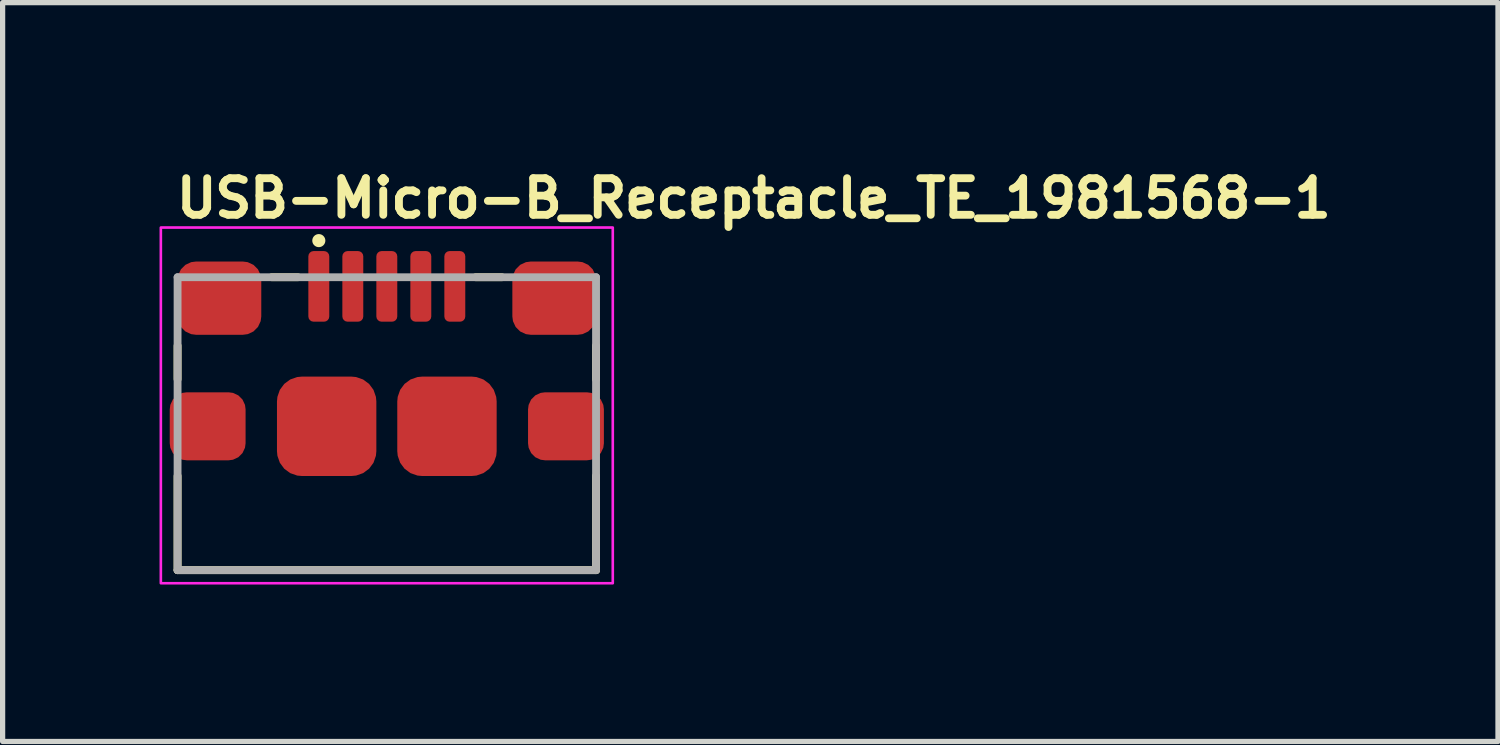
<source format=kicad_pcb>
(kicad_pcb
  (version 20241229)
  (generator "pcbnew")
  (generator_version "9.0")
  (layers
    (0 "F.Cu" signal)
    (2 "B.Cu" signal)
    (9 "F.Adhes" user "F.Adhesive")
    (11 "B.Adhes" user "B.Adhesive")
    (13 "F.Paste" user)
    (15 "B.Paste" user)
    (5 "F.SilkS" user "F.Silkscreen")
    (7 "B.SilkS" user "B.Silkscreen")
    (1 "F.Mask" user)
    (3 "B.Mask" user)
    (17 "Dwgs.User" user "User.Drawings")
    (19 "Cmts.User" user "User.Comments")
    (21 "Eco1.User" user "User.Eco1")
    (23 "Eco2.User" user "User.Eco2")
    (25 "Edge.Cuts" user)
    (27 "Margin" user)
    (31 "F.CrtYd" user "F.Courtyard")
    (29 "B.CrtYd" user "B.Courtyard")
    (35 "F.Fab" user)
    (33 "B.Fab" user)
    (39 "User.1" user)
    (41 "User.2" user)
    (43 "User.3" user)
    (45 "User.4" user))
  (footprint "USB-Micro-B_Receptacle_TE_1981568-1"
    (layer "F.Cu")
    (at 4.345 5.05)
    (property "Reference" "USB-Micro-B_Receptacle_TE_1981568-1" (at -4.1 -3.9 0) (layer "F.SilkS") (effects (font (size 0.7 0.7) (thickness 0.15)) (justify left bottom)))
    (attr smd)
    (fp_line (start -4 -1.49) (end -4 -0.85) (stroke (width 0.15) (type solid)) (layer "F.SilkS"))
    (fp_line (start -4 2.8) (end -4 1) (stroke (width 0.15) (type solid)) (layer "F.SilkS"))
    (fp_line (start -4 2.8) (end 4 2.8) (stroke (width 0.15) (type solid)) (layer "F.SilkS"))
    (fp_line (start -2.2 -2.8) (end -1.7 -2.8) (stroke (width 0.15) (type solid)) (layer "F.SilkS"))
    (fp_line (start 1.7 -2.8) (end 2.2 -2.8) (stroke (width 0.15) (type solid)) (layer "F.SilkS"))
    (fp_line (start 4 -1.49) (end 4 -0.85) (stroke (width 0.15) (type solid)) (layer "F.SilkS"))
    (fp_line (start 4 2.8) (end 4 1) (stroke (width 0.15) (type solid)) (layer "F.SilkS"))
    (fp_circle (center -1.3 -3.5) (end -1.25 -3.5) (stroke (width 0.15) (type solid)) (fill yes) (layer "F.SilkS"))
    (fp_rect (start -4.32 -3.75) (end 4.32 3.05) (stroke (width 0.05) (type solid)) (fill no) (layer "F.CrtYd"))
    (fp_line (start -4 -2.8) (end 4 -2.8) (stroke (width 0.15) (type solid)) (layer "F.Fab"))
    (fp_line (start -4 2.8) (end -4 -2.8) (stroke (width 0.15) (type solid)) (layer "F.Fab"))
    (fp_line (start 4 -2.8) (end 4 2.8) (stroke (width 0.15) (type solid)) (layer "F.Fab"))
    (fp_line (start 4 2.8) (end -4 2.8) (stroke (width 0.15) (type solid)) (layer "F.Fab"))
    (fp_rect (start -4 -2.8) (end 4 2.8) (stroke (width 0.1) (type solid)) (fill no) (layer "User.5"))
    (fp_line (start -4 2.561) (end -3.999 2.56) (stroke (width 0.02) (type solid)) (layer "User.9"))
    (fp_line (start -4 2.561) (end -3.807 2.79) (stroke (width 0.02) (type solid)) (layer "User.9"))
    (fp_line (start -3.999 2.56) (end -3.997 2.558) (stroke (width 0.02) (type solid)) (layer "User.9"))
    (fp_line (start -3.997 2.558) (end -3.994 2.555) (stroke (width 0.02) (type solid)) (layer "User.9"))
    (fp_line (start -3.994 2.555) (end -3.989 2.551) (stroke (width 0.02) (type solid)) (layer "User.9"))
    (fp_line (start -3.989 2.551) (end -3.982 2.546) (stroke (width 0.02) (type solid)) (layer "User.9"))
    (fp_line (start -3.982 2.546) (end -3.975 2.539) (stroke (width 0.02) (type solid)) (layer "User.9"))
    (fp_line (start -3.975 2.539) (end -3.966 2.532) (stroke (width 0.02) (type solid)) (layer "User.9"))
    (fp_line (start -3.966 2.532) (end -3.957 2.524) (stroke (width 0.02) (type solid)) (layer "User.9"))
    (fp_line (start -3.957 2.524) (end -3.946 2.515) (stroke (width 0.02) (type solid)) (layer "User.9"))
    (fp_line (start -3.946 2.515) (end -3.935 2.506) (stroke (width 0.02) (type solid)) (layer "User.9"))
    (fp_line (start -3.935 2.506) (end -3.923 2.496) (stroke (width 0.02) (type solid)) (layer "User.9"))
    (fp_line (start -3.923 2.496) (end -3.911 2.485) (stroke (width 0.02) (type solid)) (layer "User.9"))
    (fp_line (start -3.911 2.485) (end -3.898 2.475) (stroke (width 0.02) (type solid)) (layer "User.9"))
    (fp_line (start -3.9 -0.25) (end -3.9 0.35) (stroke (width 0.02) (type solid)) (layer "User.9"))
    (fp_line (start -3.9 0.35) (end -3.896 0.383) (stroke (width 0.02) (type solid)) (layer "User.9"))
    (fp_line (start -3.898 2.475) (end -3.885 2.464) (stroke (width 0.02) (type solid)) (layer "User.9"))
    (fp_line (start -3.896 -0.283) (end -3.9 -0.25) (stroke (width 0.02) (type solid)) (layer "User.9"))
    (fp_line (start -3.896 0.383) (end -3.885 0.415) (stroke (width 0.02) (type solid)) (layer "User.9"))
    (fp_line (start -3.885 -0.315) (end -3.896 -0.283) (stroke (width 0.02) (type solid)) (layer "User.9"))
    (fp_line (start -3.885 0.415) (end -3.867 0.444) (stroke (width 0.02) (type solid)) (layer "User.9"))
    (fp_line (start -3.885 2.464) (end -3.692 2.693) (stroke (width 0.02) (type solid)) (layer "User.9"))
    (fp_line (start -3.867 -0.344) (end -3.885 -0.315) (stroke (width 0.02) (type solid)) (layer "User.9"))
    (fp_line (start -3.867 0.444) (end -3.844 0.467) (stroke (width 0.02) (type solid)) (layer "User.9"))
    (fp_line (start -3.844 -0.367) (end -3.867 -0.344) (stroke (width 0.02) (type solid)) (layer "User.9"))
    (fp_line (start -3.844 0.467) (end -3.815 0.485) (stroke (width 0.02) (type solid)) (layer "User.9"))
    (fp_line (start -3.815 -0.385) (end -3.844 -0.367) (stroke (width 0.02) (type solid)) (layer "User.9"))
    (fp_line (start -3.815 0.485) (end -3.783 0.496) (stroke (width 0.02) (type solid)) (layer "User.9"))
    (fp_line (start -3.807 2.79) (end -4 2.561) (stroke (width 0.02) (type solid)) (layer "User.9"))
    (fp_line (start -3.806 2.789) (end -3.807 2.79) (stroke (width 0.02) (type solid)) (layer "User.9"))
    (fp_line (start -3.804 2.788) (end -3.806 2.789) (stroke (width 0.02) (type solid)) (layer "User.9"))
    (fp_line (start -3.8 2.785) (end -3.804 2.788) (stroke (width 0.02) (type solid)) (layer "User.9"))
    (fp_line (start -3.795 2.78) (end -3.8 2.785) (stroke (width 0.02) (type solid)) (layer "User.9"))
    (fp_line (start -3.789 2.775) (end -3.795 2.78) (stroke (width 0.02) (type solid)) (layer "User.9"))
    (fp_line (start -3.783 -0.396) (end -3.815 -0.385) (stroke (width 0.02) (type solid)) (layer "User.9"))
    (fp_line (start -3.783 0.496) (end -3.75 0.5) (stroke (width 0.02) (type solid)) (layer "User.9"))
    (fp_line (start -3.782 2.769) (end -3.789 2.775) (stroke (width 0.02) (type solid)) (layer "User.9"))
    (fp_line (start -3.773 2.762) (end -3.782 2.769) (stroke (width 0.02) (type solid)) (layer "User.9"))
    (fp_line (start -3.764 2.754) (end -3.773 2.762) (stroke (width 0.02) (type solid)) (layer "User.9"))
    (fp_line (start -3.753 2.745) (end -3.764 2.754) (stroke (width 0.02) (type solid)) (layer "User.9"))
    (fp_line (start -3.75 -2.8) (end -3.75 2.2) (stroke (width 0.02) (type solid)) (layer "User.9"))
    (fp_line (start -3.75 -2.8) (end -3.747 -2.8) (stroke (width 0.02) (type solid)) (layer "User.9"))
    (fp_line (start -3.75 -0.4) (end -3.783 -0.396) (stroke (width 0.02) (type solid)) (layer "User.9"))
    (fp_line (start -3.75 2.2) (end -3.75 2.35) (stroke (width 0.02) (type solid)) (layer "User.9"))
    (fp_line (start -3.75 2.2) (end -3.747 2.2) (stroke (width 0.02) (type solid)) (layer "User.9"))
    (fp_line (start -3.75 2.35) (end -3.885 2.464) (stroke (width 0.02) (type solid)) (layer "User.9"))
    (fp_line (start -3.747 -2.8) (end -3.737 -2.8) (stroke (width 0.02) (type solid)) (layer "User.9"))
    (fp_line (start -3.747 2.2) (end -3.737 2.2) (stroke (width 0.02) (type solid)) (layer "User.9"))
    (fp_line (start -3.742 2.735) (end -3.753 2.745) (stroke (width 0.02) (type solid)) (layer "User.9"))
    (fp_line (start -3.737 -2.8) (end -3.722 -2.8) (stroke (width 0.02) (type solid)) (layer "User.9"))
    (fp_line (start -3.737 2.2) (end -3.722 2.2) (stroke (width 0.02) (type solid)) (layer "User.9"))
    (fp_line (start -3.73 2.725) (end -3.742 2.735) (stroke (width 0.02) (type solid)) (layer "User.9"))
    (fp_line (start -3.722 -2.8) (end -3.7 -2.8) (stroke (width 0.02) (type solid)) (layer "User.9"))
    (fp_line (start -3.722 2.2) (end -3.7 2.2) (stroke (width 0.02) (type solid)) (layer "User.9"))
    (fp_line (start -3.718 2.715) (end -3.73 2.725) (stroke (width 0.02) (type solid)) (layer "User.9"))
    (fp_line (start -3.705 2.704) (end -3.718 2.715) (stroke (width 0.02) (type solid)) (layer "User.9"))
    (fp_line (start -3.7 -2.8) (end -3.673 -2.8) (stroke (width 0.02) (type solid)) (layer "User.9"))
    (fp_line (start -3.7 2.2) (end -3.673 2.2) (stroke (width 0.02) (type solid)) (layer "User.9"))
    (fp_line (start -3.692 2.693) (end -3.705 2.704) (stroke (width 0.02) (type solid)) (layer "User.9"))
    (fp_line (start -3.692 2.693) (end -3.557 2.579) (stroke (width 0.02) (type solid)) (layer "User.9"))
    (fp_line (start -3.673 -2.8) (end -3.641 -2.8) (stroke (width 0.02) (type solid)) (layer "User.9"))
    (fp_line (start -3.673 2.2) (end -3.641 2.2) (stroke (width 0.02) (type solid)) (layer "User.9"))
    (fp_line (start -3.641 -2.8) (end -3.604 -2.8) (stroke (width 0.02) (type solid)) (layer "User.9"))
    (fp_line (start -3.641 2.2) (end -3.604 2.2) (stroke (width 0.02) (type solid)) (layer "User.9"))
    (fp_line (start -3.604 -2.8) (end -3.562 -2.8) (stroke (width 0.02) (type solid)) (layer "User.9"))
    (fp_line (start -3.604 2.2) (end -3.562 2.2) (stroke (width 0.02) (type solid)) (layer "User.9"))
    (fp_line (start -3.562 -2.8) (end -3.516 -2.8) (stroke (width 0.02) (type solid)) (layer "User.9"))
    (fp_line (start -3.562 2.2) (end -3.516 2.2) (stroke (width 0.02) (type solid)) (layer "User.9"))
    (fp_line (start -3.557 2.579) (end -3.526 2.549) (stroke (width 0.02) (type solid)) (layer "User.9"))
    (fp_line (start -3.526 2.549) (end -3.499 2.515) (stroke (width 0.02) (type solid)) (layer "User.9"))
    (fp_line (start -3.516 -2.8) (end -3.467 -2.8) (stroke (width 0.02) (type solid)) (layer "User.9"))
    (fp_line (start -3.516 2.2) (end -3.467 2.2) (stroke (width 0.02) (type solid)) (layer "User.9"))
    (fp_line (start -3.499 2.515) (end -3.478 2.477) (stroke (width 0.02) (type solid)) (layer "User.9"))
    (fp_line (start -3.478 2.477) (end -3.463 2.436) (stroke (width 0.02) (type solid)) (layer "User.9"))
    (fp_line (start -3.467 -2.8) (end -3.415 -2.8) (stroke (width 0.02) (type solid)) (layer "User.9"))
    (fp_line (start -3.467 2.2) (end -3.415 2.2) (stroke (width 0.02) (type solid)) (layer "User.9"))
    (fp_line (start -3.463 2.436) (end -3.453 2.393) (stroke (width 0.02) (type solid)) (layer "User.9"))
    (fp_line (start -3.453 2.393) (end -3.45 2.35) (stroke (width 0.02) (type solid)) (layer "User.9"))
    (fp_line (start -3.45 2.35) (end -3.45 2.2) (stroke (width 0.02) (type solid)) (layer "User.9"))
    (fp_line (start -3.415 -2.8) (end -3.361 -2.8) (stroke (width 0.02) (type solid)) (layer "User.9"))
    (fp_line (start -3.415 2.2) (end -3.361 2.2) (stroke (width 0.02) (type solid)) (layer "User.9"))
    (fp_line (start -3.361 -2.8) (end -3.306 -2.8) (stroke (width 0.02) (type solid)) (layer "User.9"))
    (fp_line (start -3.361 2.2) (end -3.306 2.2) (stroke (width 0.02) (type solid)) (layer "User.9"))
    (fp_line (start -3.306 -2.8) (end -3.25 -2.8) (stroke (width 0.02) (type solid)) (layer "User.9"))
    (fp_line (start -3.306 2.2) (end -3.25 2.2) (stroke (width 0.02) (type solid)) (layer "User.9"))
    (fp_line (start -3.25 -2.8) (end -3.25 2.2) (stroke (width 0.02) (type solid)) (layer "User.9"))
    (fp_line (start -3.25 -2.8) (end -2.758 -2.8) (stroke (width 0.02) (type solid)) (layer "User.9"))
    (fp_line (start -3.25 2.2) (end -3.217 2.204) (stroke (width 0.02) (type solid)) (layer "User.9"))
    (fp_line (start -3.217 2.204) (end -3.185 2.215) (stroke (width 0.02) (type solid)) (layer "User.9"))
    (fp_line (start -3.185 2.215) (end -3.156 2.233) (stroke (width 0.02) (type solid)) (layer "User.9"))
    (fp_line (start -3.156 2.233) (end -3.133 2.256) (stroke (width 0.02) (type solid)) (layer "User.9"))
    (fp_line (start -3.15 -1.9) (end -3.15 -1.8) (stroke (width 0.02) (type solid)) (layer "User.9"))
    (fp_line (start -3.15 -1.8) (end -3.147 -1.774) (stroke (width 0.02) (type solid)) (layer "User.9"))
    (fp_line (start -3.147 -1.926) (end -3.15 -1.9) (stroke (width 0.02) (type solid)) (layer "User.9"))
    (fp_line (start -3.147 -1.774) (end -3.137 -1.75) (stroke (width 0.02) (type solid)) (layer "User.9"))
    (fp_line (start -3.137 -1.95) (end -3.147 -1.926) (stroke (width 0.02) (type solid)) (layer "User.9"))
    (fp_line (start -3.137 -1.75) (end -3.121 -1.729) (stroke (width 0.02) (type solid)) (layer "User.9"))
    (fp_line (start -3.133 2.256) (end -3.115 2.285) (stroke (width 0.02) (type solid)) (layer "User.9"))
    (fp_line (start -3.121 -1.971) (end -3.137 -1.95) (stroke (width 0.02) (type solid)) (layer "User.9"))
    (fp_line (start -3.121 -1.729) (end -3.1 -1.713) (stroke (width 0.02) (type solid)) (layer "User.9"))
    (fp_line (start -3.115 2.285) (end -3.104 2.317) (stroke (width 0.02) (type solid)) (layer "User.9"))
    (fp_line (start -3.104 2.317) (end -3.1 2.35) (stroke (width 0.02) (type solid)) (layer "User.9"))
    (fp_line (start -3.1 -1.987) (end -3.121 -1.971) (stroke (width 0.02) (type solid)) (layer "User.9"))
    (fp_line (start -3.1 -1.713) (end -3.076 -1.703) (stroke (width 0.02) (type solid)) (layer "User.9"))
    (fp_line (start -3.1 2.35) (end -3.1 2.467) (stroke (width 0.02) (type solid)) (layer "User.9"))
    (fp_line (start -3.1 2.35) (end 3.1 2.35) (stroke (width 0.02) (type solid)) (layer "User.9"))
    (fp_line (start -3.1 2.467) (end -3.097 2.484) (stroke (width 0.02) (type solid)) (layer "User.9"))
    (fp_line (start -3.1 2.717) (end -3.1 2.467) (stroke (width 0.02) (type solid)) (layer "User.9"))
    (fp_line (start -3.097 2.484) (end -3.089 2.499) (stroke (width 0.02) (type solid)) (layer "User.9"))
    (fp_line (start -3.097 2.733) (end -3.1 2.717) (stroke (width 0.02) (type solid)) (layer "User.9"))
    (fp_line (start -3.089 2.499) (end -3.075 2.514) (stroke (width 0.02) (type solid)) (layer "User.9"))
    (fp_line (start -3.089 2.749) (end -3.097 2.733) (stroke (width 0.02) (type solid)) (layer "User.9"))
    (fp_line (start -3.076 -1.997) (end -3.1 -1.987) (stroke (width 0.02) (type solid)) (layer "User.9"))
    (fp_line (start -3.076 -1.703) (end -3.05 -1.7) (stroke (width 0.02) (type solid)) (layer "User.9"))
    (fp_line (start -3.075 2.514) (end -3.056 2.526) (stroke (width 0.02) (type solid)) (layer "User.9"))
    (fp_line (start -3.075 2.763) (end -3.089 2.749) (stroke (width 0.02) (type solid)) (layer "User.9"))
    (fp_line (start -3.056 2.526) (end -3.033 2.537) (stroke (width 0.02) (type solid)) (layer "User.9"))
    (fp_line (start -3.056 2.776) (end -3.075 2.763) (stroke (width 0.02) (type solid)) (layer "User.9"))
    (fp_line (start -3.05 -2) (end -3.076 -1.997) (stroke (width 0.02) (type solid)) (layer "User.9"))
    (fp_line (start -3.05 -2) (end -2.758 -2) (stroke (width 0.02) (type solid)) (layer "User.9"))
    (fp_line (start -3.05 -1.7) (end -1.325 -1.7) (stroke (width 0.02) (type solid)) (layer "User.9"))
    (fp_line (start -3.033 2.537) (end -3.007 2.544) (stroke (width 0.02) (type solid)) (layer "User.9"))
    (fp_line (start -3.033 2.786) (end -3.056 2.776) (stroke (width 0.02) (type solid)) (layer "User.9"))
    (fp_line (start -3.007 2.544) (end -2.979 2.549) (stroke (width 0.02) (type solid)) (layer "User.9"))
    (fp_line (start -3.007 2.794) (end -3.033 2.786) (stroke (width 0.02) (type solid)) (layer "User.9"))
    (fp_line (start -2.979 2.549) (end -2.95 2.551) (stroke (width 0.02) (type solid)) (layer "User.9"))
    (fp_line (start -2.979 2.798) (end -3.007 2.794) (stroke (width 0.02) (type solid)) (layer "User.9"))
    (fp_line (start -2.95 2.551) (end 2.95 2.551) (stroke (width 0.02) (type solid)) (layer "User.9"))
    (fp_line (start -2.95 2.8) (end -2.979 2.798) (stroke (width 0.02) (type solid)) (layer "User.9"))
    (fp_line (start -2.95 2.8) (end -2.95 2.551) (stroke (width 0.02) (type solid)) (layer "User.9"))
    (fp_line (start -2.95 2.8) (end 2.95 2.8) (stroke (width 0.02) (type solid)) (layer "User.9"))
    (fp_line (start -2.845 1.15) (end -2.842 1.176) (stroke (width 0.02) (type solid)) (layer "User.9"))
    (fp_line (start -2.842 1.124) (end -2.845 1.15) (stroke (width 0.02) (type solid)) (layer "User.9"))
    (fp_line (start -2.842 1.176) (end -2.832 1.2) (stroke (width 0.02) (type solid)) (layer "User.9"))
    (fp_line (start -2.832 1.1) (end -2.842 1.124) (stroke (width 0.02) (type solid)) (layer "User.9"))
    (fp_line (start -2.832 1.2) (end -2.816 1.221) (stroke (width 0.02) (type solid)) (layer "User.9"))
    (fp_line (start -2.816 1.221) (end -2.795 1.237) (stroke (width 0.02) (type solid)) (layer "User.9"))
    (fp_line (start -2.797 1.235) (end -2.797 1.041) (stroke (width 0.02) (type solid)) (layer "User.9"))
    (fp_line (start -2.795 1.237) (end -2.771 1.247) (stroke (width 0.02) (type solid)) (layer "User.9"))
    (fp_line (start -2.771 1.247) (end -2.745 1.25) (stroke (width 0.02) (type solid)) (layer "User.9"))
    (fp_line (start -2.758 -2.8) (end -2.758 -2) (stroke (width 0.02) (type solid)) (layer "User.9"))
    (fp_line (start -2.758 -2.8) (end -2.746 -2.8) (stroke (width 0.02) (type solid)) (layer "User.9"))
    (fp_line (start -2.758 -2) (end -2.746 -2) (stroke (width 0.02) (type solid)) (layer "User.9"))
    (fp_line (start -2.746 -2.8) (end -2.733 -2.8) (stroke (width 0.02) (type solid)) (layer "User.9"))
    (fp_line (start -2.746 -2) (end -2.733 -2) (stroke (width 0.02) (type solid)) (layer "User.9"))
    (fp_line (start -2.745 -0.25) (end -2.745 0.95) (stroke (width 0.02) (type solid)) (layer "User.9"))
    (fp_line (start -2.745 0.5) (end -2.3 0.5) (stroke (width 0.02) (type solid)) (layer "User.9"))
    (fp_line (start -2.745 0.95) (end -2.832 1.1) (stroke (width 0.02) (type solid)) (layer "User.9"))
    (fp_line (start -2.745 1.55) (end -2.745 1.25) (stroke (width 0.02) (type solid)) (layer "User.9"))
    (fp_line (start -2.745 1.66) (end -2.745 1.55) (stroke (width 0.02) (type solid)) (layer "User.9"))
    (fp_line (start -2.741 0.8) (end -2.745 0.8) (stroke (width 0.02) (type solid)) (layer "User.9"))
    (fp_line (start -2.737 0.8) (end -2.741 0.8) (stroke (width 0.02) (type solid)) (layer "User.9"))
    (fp_line (start -2.734 0.8) (end -2.737 0.8) (stroke (width 0.02) (type solid)) (layer "User.9"))
    (fp_line (start -2.733 -2.8) (end -2.721 -2.8) (stroke (width 0.02) (type solid)) (layer "User.9"))
    (fp_line (start -2.733 -2) (end -2.721 -2) (stroke (width 0.02) (type solid)) (layer "User.9"))
    (fp_line (start -2.73 0.8) (end -2.734 0.8) (stroke (width 0.02) (type solid)) (layer "User.9"))
    (fp_line (start -2.726 0.8) (end -2.73 0.8) (stroke (width 0.02) (type solid)) (layer "User.9"))
    (fp_line (start -2.722 0.8) (end -2.726 0.8) (stroke (width 0.02) (type solid)) (layer "User.9"))
    (fp_line (start -2.721 -2.8) (end -2.709 -2.8) (stroke (width 0.02) (type solid)) (layer "User.9"))
    (fp_line (start -2.721 -2) (end -2.709 -2) (stroke (width 0.02) (type solid)) (layer "User.9"))
    (fp_line (start -2.718 0.8) (end -2.722 0.8) (stroke (width 0.02) (type solid)) (layer "User.9"))
    (fp_line (start -2.714 0.8) (end -2.718 0.8) (stroke (width 0.02) (type solid)) (layer "User.9"))
    (fp_line (start -2.71 0.8) (end -2.714 0.8) (stroke (width 0.02) (type solid)) (layer "User.9"))
    (fp_line (start -2.709 -2.8) (end -2.697 -2.8) (stroke (width 0.02) (type solid)) (layer "User.9"))
    (fp_line (start -2.709 -2) (end -2.697 -2) (stroke (width 0.02) (type solid)) (layer "User.9"))
    (fp_line (start -2.706 0.8) (end -2.71 0.8) (stroke (width 0.02) (type solid)) (layer "User.9"))
    (fp_line (start -2.702 0.8) (end -2.706 0.8) (stroke (width 0.02) (type solid)) (layer "User.9"))
    (fp_line (start -2.698 0.8) (end -2.702 0.8) (stroke (width 0.02) (type solid)) (layer "User.9"))
    (fp_line (start -2.697 -2.8) (end -2.685 -2.8) (stroke (width 0.02) (type solid)) (layer "User.9"))
    (fp_line (start -2.697 -2) (end -2.685 -2) (stroke (width 0.02) (type solid)) (layer "User.9"))
    (fp_line (start -2.694 0.8) (end -2.698 0.8) (stroke (width 0.02) (type solid)) (layer "User.9"))
    (fp_line (start -2.69 0.8) (end -2.694 0.8) (stroke (width 0.02) (type solid)) (layer "User.9"))
    (fp_line (start -2.69 0.8) (end -2.69 1.25) (stroke (width 0.02) (type solid)) (layer "User.9"))
    (fp_line (start -2.685 -2.8) (end -2.674 -2.8) (stroke (width 0.02) (type solid)) (layer "User.9"))
    (fp_line (start -2.685 -2) (end -2.674 -2) (stroke (width 0.02) (type solid)) (layer "User.9"))
    (fp_line (start -2.674 -2.8) (end -2.663 -2.8) (stroke (width 0.02) (type solid)) (layer "User.9"))
    (fp_line (start -2.674 -2) (end -2.663 -2) (stroke (width 0.02) (type solid)) (layer "User.9"))
    (fp_line (start -2.663 -2.8) (end -2.652 -2.8) (stroke (width 0.02) (type solid)) (layer "User.9"))
    (fp_line (start -2.663 -2) (end -2.652 -2) (stroke (width 0.02) (type solid)) (layer "User.9"))
    (fp_line (start -2.652 -2.8) (end -2.642 -2.8) (stroke (width 0.02) (type solid)) (layer "User.9"))
    (fp_line (start -2.652 -2) (end -2.642 -2) (stroke (width 0.02) (type solid)) (layer "User.9"))
    (fp_line (start -2.642 -2.8) (end -2.632 -2.8) (stroke (width 0.02) (type solid)) (layer "User.9"))
    (fp_line (start -2.642 -2) (end -2.632 -2) (stroke (width 0.02) (type solid)) (layer "User.9"))
    (fp_line (start -2.632 -2.8) (end -2.622 -2.8) (stroke (width 0.02) (type solid)) (layer "User.9"))
    (fp_line (start -2.632 -2) (end -2.622 -2) (stroke (width 0.02) (type solid)) (layer "User.9"))
    (fp_line (start -2.622 -2.8) (end -2.613 -2.8) (stroke (width 0.02) (type solid)) (layer "User.9"))
    (fp_line (start -2.622 -2) (end -2.613 -2) (stroke (width 0.02) (type solid)) (layer "User.9"))
    (fp_line (start -2.613 -2.8) (end -2.605 -2.8) (stroke (width 0.02) (type solid)) (layer "User.9"))
    (fp_line (start -2.613 -2) (end -2.605 -2) (stroke (width 0.02) (type solid)) (layer "User.9"))
    (fp_line (start -2.605 -2.8) (end -2.605 -2) (stroke (width 0.02) (type solid)) (layer "User.9"))
    (fp_line (start -2.605 -2.8) (end -1.944 -2.8) (stroke (width 0.02) (type solid)) (layer "User.9"))
    (fp_line (start -2.605 -2) (end -2.38 -2) (stroke (width 0.02) (type solid)) (layer "User.9"))
    (fp_line (start -2.38 -2) (end -2.38 -2.05) (stroke (width 0.02) (type solid)) (layer "User.9"))
    (fp_line (start -2.3 0.5) (end -2.274 0.503) (stroke (width 0.02) (type solid)) (layer "User.9"))
    (fp_line (start -2.3 0.8) (end -2.69 0.8) (stroke (width 0.02) (type solid)) (layer "User.9"))
    (fp_line (start -2.274 0.503) (end -2.25 0.513) (stroke (width 0.02) (type solid)) (layer "User.9"))
    (fp_line (start -2.274 0.797) (end -2.3 0.8) (stroke (width 0.02) (type solid)) (layer "User.9"))
    (fp_line (start -2.25 0.513) (end -2.229 0.529) (stroke (width 0.02) (type solid)) (layer "User.9"))
    (fp_line (start -2.25 0.787) (end -2.274 0.797) (stroke (width 0.02) (type solid)) (layer "User.9"))
    (fp_line (start -2.229 0.529) (end -2.213 0.55) (stroke (width 0.02) (type solid)) (layer "User.9"))
    (fp_line (start -2.229 0.771) (end -2.25 0.787) (stroke (width 0.02) (type solid)) (layer "User.9"))
    (fp_line (start -2.213 0.55) (end -2.203 0.574) (stroke (width 0.02) (type solid)) (layer "User.9"))
    (fp_line (start -2.213 0.75) (end -2.229 0.771) (stroke (width 0.02) (type solid)) (layer "User.9"))
    (fp_line (start -2.203 0.574) (end -2.2 0.6) (stroke (width 0.02) (type solid)) (layer "User.9"))
    (fp_line (start -2.203 0.726) (end -2.213 0.75) (stroke (width 0.02) (type solid)) (layer "User.9"))
    (fp_line (start -2.2 0.6) (end -2.2 0.7) (stroke (width 0.02) (type solid)) (layer "User.9"))
    (fp_line (start -2.2 0.7) (end -2.203 0.726) (stroke (width 0.02) (type solid)) (layer "User.9"))
    (fp_line (start -2.005 -0.25) (end -2.745 -0.25) (stroke (width 0.02) (type solid)) (layer "User.9"))
    (fp_line (start -2.005 0.95) (end -2.005 -0.25) (stroke (width 0.02) (type solid)) (layer "User.9"))
    (fp_line (start -2.005 1.25) (end -2.745 1.25) (stroke (width 0.02) (type solid)) (layer "User.9"))
    (fp_line (start -2.005 1.25) (end -1.979 1.247) (stroke (width 0.02) (type solid)) (layer "User.9"))
    (fp_line (start -2.005 1.55) (end -2.745 1.55) (stroke (width 0.02) (type solid)) (layer "User.9"))
    (fp_line (start -2.005 1.55) (end -2.005 1.25) (stroke (width 0.02) (type solid)) (layer "User.9"))
    (fp_line (start -2.005 1.66) (end -2.745 1.66) (stroke (width 0.02) (type solid)) (layer "User.9"))
    (fp_line (start -2.005 1.66) (end -2.005 1.55) (stroke (width 0.02) (type solid)) (layer "User.9"))
    (fp_line (start -1.979 1.247) (end -1.955 1.237) (stroke (width 0.02) (type solid)) (layer "User.9"))
    (fp_line (start -1.955 1.237) (end -1.934 1.221) (stroke (width 0.02) (type solid)) (layer "User.9"))
    (fp_line (start -1.944 -2.8) (end -1.944 -2.05) (stroke (width 0.02) (type solid)) (layer "User.9"))
    (fp_line (start -1.934 1.221) (end -1.918 1.2) (stroke (width 0.02) (type solid)) (layer "User.9"))
    (fp_line (start -1.918 1.1) (end -2.005 0.95) (stroke (width 0.02) (type solid)) (layer "User.9"))
    (fp_line (start -1.918 1.2) (end -1.908 1.176) (stroke (width 0.02) (type solid)) (layer "User.9"))
    (fp_line (start -1.908 1.124) (end -1.918 1.1) (stroke (width 0.02) (type solid)) (layer "User.9"))
    (fp_line (start -1.908 1.176) (end -1.905 1.15) (stroke (width 0.02) (type solid)) (layer "User.9"))
    (fp_line (start -1.905 1.15) (end -1.908 1.124) (stroke (width 0.02) (type solid)) (layer "User.9"))
    (fp_line (start -1.9 -2.8) (end -1.9 -2.5) (stroke (width 0.02) (type solid)) (layer "User.9"))
    (fp_line (start -1.9 -2.8) (end -1.175 -2.8) (stroke (width 0.02) (type solid)) (layer "User.9"))
    (fp_line (start -1.9 -2.5) (end -1.175 -2.5) (stroke (width 0.02) (type solid)) (layer "User.9"))
    (fp_line (start -1.425 -2.5) (end -1.425 -2.3) (stroke (width 0.02) (type solid)) (layer "User.9"))
    (fp_line (start -1.425 -2.3) (end -1.425 -2.289) (stroke (width 0.02) (type solid)) (layer "User.9"))
    (fp_line (start -1.425 -2.3) (end -1.175 -2.3) (stroke (width 0.02) (type solid)) (layer "User.9"))
    (fp_line (start -1.425 -2.289) (end -1.425 -2.278) (stroke (width 0.02) (type solid)) (layer "User.9"))
    (fp_line (start -1.425 -2.278) (end -1.425 -2.267) (stroke (width 0.02) (type solid)) (layer "User.9"))
    (fp_line (start -1.425 -2.267) (end -1.425 -2.257) (stroke (width 0.02) (type solid)) (layer "User.9"))
    (fp_line (start -1.425 -2.257) (end -1.425 -2.247) (stroke (width 0.02) (type solid)) (layer "User.9"))
    (fp_line (start -1.425 -2.247) (end -1.425 -2.238) (stroke (width 0.02) (type solid)) (layer "User.9"))
    (fp_line (start -1.425 -2.238) (end -1.425 -2.229) (stroke (width 0.02) (type solid)) (layer "User.9"))
    (fp_line (start -1.425 -2.229) (end -1.425 -2.222) (stroke (width 0.02) (type solid)) (layer "User.9"))
    (fp_line (start -1.425 -2.222) (end -1.425 -2.215) (stroke (width 0.02) (type solid)) (layer "User.9"))
    (fp_line (start -1.425 -2.215) (end -1.425 -2.21) (stroke (width 0.02) (type solid)) (layer "User.9"))
    (fp_line (start -1.425 -2.21) (end -1.425 -2.206) (stroke (width 0.02) (type solid)) (layer "User.9"))
    (fp_line (start -1.425 -2.206) (end -1.425 -2.203) (stroke (width 0.02) (type solid)) (layer "User.9"))
    (fp_line (start -1.425 -2.203) (end -1.425 -2.201) (stroke (width 0.02) (type solid)) (layer "User.9"))
    (fp_line (start -1.425 -2.201) (end -1.425 -2.2) (stroke (width 0.02) (type solid)) (layer "User.9"))
    (fp_line (start -1.425 -2.2) (end -1.425 -2.199) (stroke (width 0.02) (type solid)) (layer "User.9"))
    (fp_line (start -1.425 -2.2) (end -1.175 -2.2) (stroke (width 0.02) (type solid)) (layer "User.9"))
    (fp_line (start -1.425 -2.2) (end -1.175 -2.2) (stroke (width 0.02) (type solid)) (layer "User.9"))
    (fp_line (start -1.425 -2.199) (end -1.425 -2.197) (stroke (width 0.02) (type solid)) (layer "User.9"))
    (fp_line (start -1.425 -2.197) (end -1.425 -2.192) (stroke (width 0.02) (type solid)) (layer "User.9"))
    (fp_line (start -1.425 -2.192) (end -1.425 -2.186) (stroke (width 0.02) (type solid)) (layer "User.9"))
    (fp_line (start -1.425 -2.186) (end -1.425 -2.179) (stroke (width 0.02) (type solid)) (layer "User.9"))
    (fp_line (start -1.425 -2.179) (end -1.425 -2.17) (stroke (width 0.02) (type solid)) (layer "User.9"))
    (fp_line (start -1.425 -2.17) (end -1.425 -2.159) (stroke (width 0.02) (type solid)) (layer "User.9"))
    (fp_line (start -1.425 -2.159) (end -1.425 -2.147) (stroke (width 0.02) (type solid)) (layer "User.9"))
    (fp_line (start -1.425 -2.147) (end -1.425 -2.134) (stroke (width 0.02) (type solid)) (layer "User.9"))
    (fp_line (start -1.425 -2.134) (end -1.425 -2.119) (stroke (width 0.02) (type solid)) (layer "User.9"))
    (fp_line (start -1.425 -2.119) (end -1.425 -2.103) (stroke (width 0.02) (type solid)) (layer "User.9"))
    (fp_line (start -1.425 -2.103) (end -1.425 -2.086) (stroke (width 0.02) (type solid)) (layer "User.9"))
    (fp_line (start -1.425 -2.086) (end -1.425 -2.069) (stroke (width 0.02) (type solid)) (layer "User.9"))
    (fp_line (start -1.425 -2.069) (end -1.425 -2.05) (stroke (width 0.02) (type solid)) (layer "User.9"))
    (fp_line (start -1.325 -1.7) (end -1.292 -1.704) (stroke (width 0.02) (type solid)) (layer "User.9"))
    (fp_line (start -1.292 -1.704) (end -1.26 -1.715) (stroke (width 0.02) (type solid)) (layer "User.9"))
    (fp_line (start -1.26 -1.715) (end -1.231 -1.733) (stroke (width 0.02) (type solid)) (layer "User.9"))
    (fp_line (start -1.231 -1.733) (end -1.208 -1.756) (stroke (width 0.02) (type solid)) (layer "User.9"))
    (fp_line (start -1.208 -1.756) (end -1.19 -1.785) (stroke (width 0.02) (type solid)) (layer "User.9"))
    (fp_line (start -1.19 -1.785) (end -1.179 -1.817) (stroke (width 0.02) (type solid)) (layer "User.9"))
    (fp_line (start -1.179 -1.817) (end -1.175 -1.85) (stroke (width 0.02) (type solid)) (layer "User.9"))
    (fp_line (start -1.175 -2.8) (end -1.175 -1.85) (stroke (width 0.02) (type solid)) (layer "User.9"))
    (fp_line (start -1.175 -2.8) (end -0.775 -2.8) (stroke (width 0.02) (type solid)) (layer "User.9"))
    (fp_line (start -1.175 -2.05) (end -2.38 -2.05) (stroke (width 0.02) (type solid)) (layer "User.9"))
    (fp_line (start -0.775 -2.8) (end -0.775 -2.15) (stroke (width 0.02) (type solid)) (layer "User.9"))
    (fp_line (start -0.775 -2.8) (end 0.775 -2.8) (stroke (width 0.02) (type solid)) (layer "User.9"))
    (fp_line (start -0.775 -2.5) (end 0.775 -2.5) (stroke (width 0.02) (type solid)) (layer "User.9"))
    (fp_line (start -0.775 -2.3) (end -0.525 -2.3) (stroke (width 0.02) (type solid)) (layer "User.9"))
    (fp_line (start -0.775 -2.2) (end -0.525 -2.2) (stroke (width 0.02) (type solid)) (layer "User.9"))
    (fp_line (start -0.775 -2.2) (end -0.525 -2.2) (stroke (width 0.02) (type solid)) (layer "User.9"))
    (fp_line (start -0.775 -2.15) (end -0.771 -2.117) (stroke (width 0.02) (type solid)) (layer "User.9"))
    (fp_line (start -0.771 -2.117) (end -0.76 -2.085) (stroke (width 0.02) (type solid)) (layer "User.9"))
    (fp_line (start -0.76 -2.085) (end -0.742 -2.056) (stroke (width 0.02) (type solid)) (layer "User.9"))
    (fp_line (start -0.742 -2.056) (end -0.719 -2.033) (stroke (width 0.02) (type solid)) (layer "User.9"))
    (fp_line (start -0.719 -2.033) (end -0.69 -2.015) (stroke (width 0.02) (type solid)) (layer "User.9"))
    (fp_line (start -0.69 -2.015) (end -0.658 -2.004) (stroke (width 0.02) (type solid)) (layer "User.9"))
    (fp_line (start -0.658 -2.004) (end -0.625 -2) (stroke (width 0.02) (type solid)) (layer "User.9"))
    (fp_line (start -0.625 -2) (end 0.625 -2) (stroke (width 0.02) (type solid)) (layer "User.9"))
    (fp_line (start -0.525 -2.5) (end -0.525 -2.3) (stroke (width 0.02) (type solid)) (layer "User.9"))
    (fp_line (start -0.525 -2.3) (end -0.525 -2.289) (stroke (width 0.02) (type solid)) (layer "User.9"))
    (fp_line (start -0.525 -2.289) (end -0.525 -2.278) (stroke (width 0.02) (type solid)) (layer "User.9"))
    (fp_line (start -0.525 -2.278) (end -0.525 -2.267) (stroke (width 0.02) (type solid)) (layer "User.9"))
    (fp_line (start -0.525 -2.267) (end -0.525 -2.257) (stroke (width 0.02) (type solid)) (layer "User.9"))
    (fp_line (start -0.525 -2.257) (end -0.525 -2.247) (stroke (width 0.02) (type solid)) (layer "User.9"))
    (fp_line (start -0.525 -2.247) (end -0.525 -2.238) (stroke (width 0.02) (type solid)) (layer "User.9"))
    (fp_line (start -0.525 -2.238) (end -0.525 -2.229) (stroke (width 0.02) (type solid)) (layer "User.9"))
    (fp_line (start -0.525 -2.229) (end -0.525 -2.222) (stroke (width 0.02) (type solid)) (layer "User.9"))
    (fp_line (start -0.525 -2.222) (end -0.525 -2.215) (stroke (width 0.02) (type solid)) (layer "User.9"))
    (fp_line (start -0.525 -2.215) (end -0.525 -2.21) (stroke (width 0.02) (type solid)) (layer "User.9"))
    (fp_line (start -0.525 -2.21) (end -0.525 -2.206) (stroke (width 0.02) (type solid)) (layer "User.9"))
    (fp_line (start -0.525 -2.206) (end -0.525 -2.203) (stroke (width 0.02) (type solid)) (layer "User.9"))
    (fp_line (start -0.525 -2.203) (end -0.525 -2.201) (stroke (width 0.02) (type solid)) (layer "User.9"))
    (fp_line (start -0.525 -2.201) (end -0.525 -2.2) (stroke (width 0.02) (type solid)) (layer "User.9"))
    (fp_line (start -0.525 -2.2) (end -0.525 -2.199) (stroke (width 0.02) (type solid)) (layer "User.9"))
    (fp_line (start -0.525 -2.199) (end -0.525 -2.197) (stroke (width 0.02) (type solid)) (layer "User.9"))
    (fp_line (start -0.525 -2.197) (end -0.525 -2.192) (stroke (width 0.02) (type solid)) (layer "User.9"))
    (fp_line (start -0.525 -2.192) (end -0.525 -2.186) (stroke (width 0.02) (type solid)) (layer "User.9"))
    (fp_line (start -0.525 -2.186) (end -0.525 -2.179) (stroke (width 0.02) (type solid)) (layer "User.9"))
    (fp_line (start -0.525 -2.179) (end -0.525 -2.17) (stroke (width 0.02) (type solid)) (layer "User.9"))
    (fp_line (start -0.525 -2.17) (end -0.525 -2.159) (stroke (width 0.02) (type solid)) (layer "User.9"))
    (fp_line (start -0.525 -2.159) (end -0.525 -2.147) (stroke (width 0.02) (type solid)) (layer "User.9"))
    (fp_line (start -0.525 -2.147) (end -0.525 -2.134) (stroke (width 0.02) (type solid)) (layer "User.9"))
    (fp_line (start -0.525 -2.134) (end -0.525 -2.119) (stroke (width 0.02) (type solid)) (layer "User.9"))
    (fp_line (start -0.525 -2.119) (end -0.525 -2.103) (stroke (width 0.02) (type solid)) (layer "User.9"))
    (fp_line (start -0.525 -2.103) (end -0.525 -2.086) (stroke (width 0.02) (type solid)) (layer "User.9"))
    (fp_line (start -0.525 -2.086) (end -0.525 -2.069) (stroke (width 0.02) (type solid)) (layer "User.9"))
    (fp_line (start -0.525 -2.069) (end -0.525 -2.05) (stroke (width 0.02) (type solid)) (layer "User.9"))
    (fp_line (start -0.125 -2.5) (end -0.125 -2.3) (stroke (width 0.02) (type solid)) (layer "User.9"))
    (fp_line (start -0.125 -2.3) (end -0.125 -2.289) (stroke (width 0.02) (type solid)) (layer "User.9"))
    (fp_line (start -0.125 -2.3) (end 0.125 -2.3) (stroke (width 0.02) (type solid)) (layer "User.9"))
    (fp_line (start -0.125 -2.289) (end -0.125 -2.278) (stroke (width 0.02) (type solid)) (layer "User.9"))
    (fp_line (start -0.125 -2.278) (end -0.125 -2.267) (stroke (width 0.02) (type solid)) (layer "User.9"))
    (fp_line (start -0.125 -2.267) (end -0.125 -2.257) (stroke (width 0.02) (type solid)) (layer "User.9"))
    (fp_line (start -0.125 -2.257) (end -0.125 -2.247) (stroke (width 0.02) (type solid)) (layer "User.9"))
    (fp_line (start -0.125 -2.247) (end -0.125 -2.238) (stroke (width 0.02) (type solid)) (layer "User.9"))
    (fp_line (start -0.125 -2.238) (end -0.125 -2.229) (stroke (width 0.02) (type solid)) (layer "User.9"))
    (fp_line (start -0.125 -2.229) (end -0.125 -2.222) (stroke (width 0.02) (type solid)) (layer "User.9"))
    (fp_line (start -0.125 -2.222) (end -0.125 -2.215) (stroke (width 0.02) (type solid)) (layer "User.9"))
    (fp_line (start -0.125 -2.215) (end -0.125 -2.21) (stroke (width 0.02) (type solid)) (layer "User.9"))
    (fp_line (start -0.125 -2.21) (end -0.125 -2.206) (stroke (width 0.02) (type solid)) (layer "User.9"))
    (fp_line (start -0.125 -2.206) (end -0.125 -2.203) (stroke (width 0.02) (type solid)) (layer "User.9"))
    (fp_line (start -0.125 -2.203) (end -0.125 -2.201) (stroke (width 0.02) (type solid)) (layer "User.9"))
    (fp_line (start -0.125 -2.201) (end -0.125 -2.2) (stroke (width 0.02) (type solid)) (layer "User.9"))
    (fp_line (start -0.125 -2.2) (end -0.125 -2.199) (stroke (width 0.02) (type solid)) (layer "User.9"))
    (fp_line (start -0.125 -2.2) (end 0.125 -2.2) (stroke (width 0.02) (type solid)) (layer "User.9"))
    (fp_line (start -0.125 -2.2) (end 0.125 -2.2) (stroke (width 0.02) (type solid)) (layer "User.9"))
    (fp_line (start -0.125 -2.199) (end -0.125 -2.197) (stroke (width 0.02) (type solid)) (layer "User.9"))
    (fp_line (start -0.125 -2.197) (end -0.125 -2.192) (stroke (width 0.02) (type solid)) (layer "User.9"))
    (fp_line (start -0.125 -2.192) (end -0.125 -2.186) (stroke (width 0.02) (type solid)) (layer "User.9"))
    (fp_line (start -0.125 -2.186) (end -0.125 -2.179) (stroke (width 0.02) (type solid)) (layer "User.9"))
    (fp_line (start -0.125 -2.179) (end -0.125 -2.17) (stroke (width 0.02) (type solid)) (layer "User.9"))
    (fp_line (start -0.125 -2.17) (end -0.125 -2.159) (stroke (width 0.02) (type solid)) (layer "User.9"))
    (fp_line (start -0.125 -2.159) (end -0.125 -2.147) (stroke (width 0.02) (type solid)) (layer "User.9"))
    (fp_line (start -0.125 -2.147) (end -0.125 -2.134) (stroke (width 0.02) (type solid)) (layer "User.9"))
    (fp_line (start -0.125 -2.134) (end -0.125 -2.119) (stroke (width 0.02) (type solid)) (layer "User.9"))
    (fp_line (start -0.125 -2.119) (end -0.125 -2.103) (stroke (width 0.02) (type solid)) (layer "User.9"))
    (fp_line (start -0.125 -2.103) (end -0.125 -2.086) (stroke (width 0.02) (type solid)) (layer "User.9"))
    (fp_line (start -0.125 -2.086) (end -0.125 -2.069) (stroke (width 0.02) (type solid)) (layer "User.9"))
    (fp_line (start -0.125 -2.069) (end -0.125 -2.05) (stroke (width 0.02) (type solid)) (layer "User.9"))
    (fp_line (start 0.125 -2.5) (end 0.125 -2.3) (stroke (width 0.02) (type solid)) (layer "User.9"))
    (fp_line (start 0.125 -2.3) (end 0.125 -2.289) (stroke (width 0.02) (type solid)) (layer "User.9"))
    (fp_line (start 0.125 -2.289) (end 0.125 -2.278) (stroke (width 0.02) (type solid)) (layer "User.9"))
    (fp_line (start 0.125 -2.278) (end 0.125 -2.267) (stroke (width 0.02) (type solid)) (layer "User.9"))
    (fp_line (start 0.125 -2.267) (end 0.125 -2.257) (stroke (width 0.02) (type solid)) (layer "User.9"))
    (fp_line (start 0.125 -2.257) (end 0.125 -2.247) (stroke (width 0.02) (type solid)) (layer "User.9"))
    (fp_line (start 0.125 -2.247) (end 0.125 -2.238) (stroke (width 0.02) (type solid)) (layer "User.9"))
    (fp_line (start 0.125 -2.238) (end 0.125 -2.229) (stroke (width 0.02) (type solid)) (layer "User.9"))
    (fp_line (start 0.125 -2.229) (end 0.125 -2.222) (stroke (width 0.02) (type solid)) (layer "User.9"))
    (fp_line (start 0.125 -2.222) (end 0.125 -2.215) (stroke (width 0.02) (type solid)) (layer "User.9"))
    (fp_line (start 0.125 -2.215) (end 0.125 -2.21) (stroke (width 0.02) (type solid)) (layer "User.9"))
    (fp_line (start 0.125 -2.21) (end 0.125 -2.206) (stroke (width 0.02) (type solid)) (layer "User.9"))
    (fp_line (start 0.125 -2.206) (end 0.125 -2.203) (stroke (width 0.02) (type solid)) (layer "User.9"))
    (fp_line (start 0.125 -2.203) (end 0.125 -2.201) (stroke (width 0.02) (type solid)) (layer "User.9"))
    (fp_line (start 0.125 -2.201) (end 0.125 -2.2) (stroke (width 0.02) (type solid)) (layer "User.9"))
    (fp_line (start 0.125 -2.2) (end 0.125 -2.199) (stroke (width 0.02) (type solid)) (layer "User.9"))
    (fp_line (start 0.125 -2.199) (end 0.125 -2.197) (stroke (width 0.02) (type solid)) (layer "User.9"))
    (fp_line (start 0.125 -2.197) (end 0.125 -2.192) (stroke (width 0.02) (type solid)) (layer "User.9"))
    (fp_line (start 0.125 -2.192) (end 0.125 -2.186) (stroke (width 0.02) (type solid)) (layer "User.9"))
    (fp_line (start 0.125 -2.186) (end 0.125 -2.179) (stroke (width 0.02) (type solid)) (layer "User.9"))
    (fp_line (start 0.125 -2.179) (end 0.125 -2.17) (stroke (width 0.02) (type solid)) (layer "User.9"))
    (fp_line (start 0.125 -2.17) (end 0.125 -2.159) (stroke (width 0.02) (type solid)) (layer "User.9"))
    (fp_line (start 0.125 -2.159) (end 0.125 -2.147) (stroke (width 0.02) (type solid)) (layer "User.9"))
    (fp_line (start 0.125 -2.147) (end 0.125 -2.134) (stroke (width 0.02) (type solid)) (layer "User.9"))
    (fp_line (start 0.125 -2.134) (end 0.125 -2.119) (stroke (width 0.02) (type solid)) (layer "User.9"))
    (fp_line (start 0.125 -2.119) (end 0.125 -2.103) (stroke (width 0.02) (type solid)) (layer "User.9"))
    (fp_line (start 0.125 -2.103) (end 0.125 -2.086) (stroke (width 0.02) (type solid)) (layer "User.9"))
    (fp_line (start 0.125 -2.086) (end 0.125 -2.069) (stroke (width 0.02) (type solid)) (layer "User.9"))
    (fp_line (start 0.125 -2.069) (end 0.125 -2.05) (stroke (width 0.02) (type solid)) (layer "User.9"))
    (fp_line (start 0.525 -2.5) (end 0.525 -2.3) (stroke (width 0.02) (type solid)) (layer "User.9"))
    (fp_line (start 0.525 -2.3) (end 0.525 -2.289) (stroke (width 0.02) (type solid)) (layer "User.9"))
    (fp_line (start 0.525 -2.3) (end 0.775 -2.3) (stroke (width 0.02) (type solid)) (layer "User.9"))
    (fp_line (start 0.525 -2.289) (end 0.525 -2.278) (stroke (width 0.02) (type solid)) (layer "User.9"))
    (fp_line (start 0.525 -2.278) (end 0.525 -2.267) (stroke (width 0.02) (type solid)) (layer "User.9"))
    (fp_line (start 0.525 -2.267) (end 0.525 -2.257) (stroke (width 0.02) (type solid)) (layer "User.9"))
    (fp_line (start 0.525 -2.257) (end 0.525 -2.247) (stroke (width 0.02) (type solid)) (layer "User.9"))
    (fp_line (start 0.525 -2.247) (end 0.525 -2.238) (stroke (width 0.02) (type solid)) (layer "User.9"))
    (fp_line (start 0.525 -2.238) (end 0.525 -2.229) (stroke (width 0.02) (type solid)) (layer "User.9"))
    (fp_line (start 0.525 -2.229) (end 0.525 -2.222) (stroke (width 0.02) (type solid)) (layer "User.9"))
    (fp_line (start 0.525 -2.222) (end 0.525 -2.215) (stroke (width 0.02) (type solid)) (layer "User.9"))
    (fp_line (start 0.525 -2.215) (end 0.525 -2.21) (stroke (width 0.02) (type solid)) (layer "User.9"))
    (fp_line (start 0.525 -2.21) (end 0.525 -2.206) (stroke (width 0.02) (type solid)) (layer "User.9"))
    (fp_line (start 0.525 -2.206) (end 0.525 -2.203) (stroke (width 0.02) (type solid)) (layer "User.9"))
    (fp_line (start 0.525 -2.203) (end 0.525 -2.201) (stroke (width 0.02) (type solid)) (layer "User.9"))
    (fp_line (start 0.525 -2.201) (end 0.525 -2.2) (stroke (width 0.02) (type solid)) (layer "User.9"))
    (fp_line (start 0.525 -2.2) (end 0.525 -2.199) (stroke (width 0.02) (type solid)) (layer "User.9"))
    (fp_line (start 0.525 -2.2) (end 0.775 -2.2) (stroke (width 0.02) (type solid)) (layer "User.9"))
    (fp_line (start 0.525 -2.2) (end 0.775 -2.2) (stroke (width 0.02) (type solid)) (layer "User.9"))
    (fp_line (start 0.525 -2.199) (end 0.525 -2.197) (stroke (width 0.02) (type solid)) (layer "User.9"))
    (fp_line (start 0.525 -2.197) (end 0.525 -2.192) (stroke (width 0.02) (type solid)) (layer "User.9"))
    (fp_line (start 0.525 -2.192) (end 0.525 -2.186) (stroke (width 0.02) (type solid)) (layer "User.9"))
    (fp_line (start 0.525 -2.186) (end 0.525 -2.179) (stroke (width 0.02) (type solid)) (layer "User.9"))
    (fp_line (start 0.525 -2.179) (end 0.525 -2.17) (stroke (width 0.02) (type solid)) (layer "User.9"))
    (fp_line (start 0.525 -2.17) (end 0.525 -2.159) (stroke (width 0.02) (type solid)) (layer "User.9"))
    (fp_line (start 0.525 -2.159) (end 0.525 -2.147) (stroke (width 0.02) (type solid)) (layer "User.9"))
    (fp_line (start 0.525 -2.147) (end 0.525 -2.134) (stroke (width 0.02) (type solid)) (layer "User.9"))
    (fp_line (start 0.525 -2.134) (end 0.525 -2.119) (stroke (width 0.02) (type solid)) (layer "User.9"))
    (fp_line (start 0.525 -2.119) (end 0.525 -2.103) (stroke (width 0.02) (type solid)) (layer "User.9"))
    (fp_line (start 0.525 -2.103) (end 0.525 -2.086) (stroke (width 0.02) (type solid)) (layer "User.9"))
    (fp_line (start 0.525 -2.086) (end 0.525 -2.069) (stroke (width 0.02) (type solid)) (layer "User.9"))
    (fp_line (start 0.525 -2.069) (end 0.525 -2.05) (stroke (width 0.02) (type solid)) (layer "User.9"))
    (fp_line (start 0.625 -2) (end 0.658 -2.004) (stroke (width 0.02) (type solid)) (layer "User.9"))
    (fp_line (start 0.658 -2.004) (end 0.69 -2.015) (stroke (width 0.02) (type solid)) (layer "User.9"))
    (fp_line (start 0.69 -2.015) (end 0.719 -2.033) (stroke (width 0.02) (type solid)) (layer "User.9"))
    (fp_line (start 0.719 -2.033) (end 0.742 -2.056) (stroke (width 0.02) (type solid)) (layer "User.9"))
    (fp_line (start 0.737 -2.05) (end -0.737 -2.05) (stroke (width 0.02) (type solid)) (layer "User.9"))
    (fp_line (start 0.742 -2.056) (end 0.76 -2.085) (stroke (width 0.02) (type solid)) (layer "User.9"))
    (fp_line (start 0.76 -2.085) (end 0.771 -2.117) (stroke (width 0.02) (type solid)) (layer "User.9"))
    (fp_line (start 0.771 -2.117) (end 0.775 -2.15) (stroke (width 0.02) (type solid)) (layer "User.9"))
    (fp_line (start 0.775 -2.8) (end 0.775 -2.15) (stroke (width 0.02) (type solid)) (layer "User.9"))
    (fp_line (start 0.775 -2.8) (end 1.175 -2.8) (stroke (width 0.02) (type solid)) (layer "User.9"))
    (fp_line (start 1.175 -2.8) (end 1.175 -1.85) (stroke (width 0.02) (type solid)) (layer "User.9"))
    (fp_line (start 1.175 -2.8) (end 1.9 -2.8) (stroke (width 0.02) (type solid)) (layer "User.9"))
    (fp_line (start 1.175 -2.5) (end 1.9 -2.5) (stroke (width 0.02) (type solid)) (layer "User.9"))
    (fp_line (start 1.175 -2.3) (end 1.425 -2.3) (stroke (width 0.02) (type solid)) (layer "User.9"))
    (fp_line (start 1.175 -2.2) (end 1.425 -2.2) (stroke (width 0.02) (type solid)) (layer "User.9"))
    (fp_line (start 1.175 -2.2) (end 1.425 -2.2) (stroke (width 0.02) (type solid)) (layer "User.9"))
    (fp_line (start 1.175 -1.85) (end 1.179 -1.817) (stroke (width 0.02) (type solid)) (layer "User.9"))
    (fp_line (start 1.179 -1.817) (end 1.19 -1.785) (stroke (width 0.02) (type solid)) (layer "User.9"))
    (fp_line (start 1.19 -1.785) (end 1.208 -1.756) (stroke (width 0.02) (type solid)) (layer "User.9"))
    (fp_line (start 1.208 -1.756) (end 1.231 -1.733) (stroke (width 0.02) (type solid)) (layer "User.9"))
    (fp_line (start 1.231 -1.733) (end 1.26 -1.715) (stroke (width 0.02) (type solid)) (layer "User.9"))
    (fp_line (start 1.26 -1.715) (end 1.292 -1.704) (stroke (width 0.02) (type solid)) (layer "User.9"))
    (fp_line (start 1.292 -1.704) (end 1.325 -1.7) (stroke (width 0.02) (type solid)) (layer "User.9"))
    (fp_line (start 1.325 -1.7) (end 3.05 -1.7) (stroke (width 0.02) (type solid)) (layer "User.9"))
    (fp_line (start 1.425 -2.5) (end 1.425 -2.3) (stroke (width 0.02) (type solid)) (layer "User.9"))
    (fp_line (start 1.425 -2.3) (end 1.425 -2.289) (stroke (width 0.02) (type solid)) (layer "User.9"))
    (fp_line (start 1.425 -2.289) (end 1.425 -2.278) (stroke (width 0.02) (type solid)) (layer "User.9"))
    (fp_line (start 1.425 -2.278) (end 1.425 -2.267) (stroke (width 0.02) (type solid)) (layer "User.9"))
    (fp_line (start 1.425 -2.267) (end 1.425 -2.257) (stroke (width 0.02) (type solid)) (layer "User.9"))
    (fp_line (start 1.425 -2.257) (end 1.425 -2.247) (stroke (width 0.02) (type solid)) (layer "User.9"))
    (fp_line (start 1.425 -2.247) (end 1.425 -2.238) (stroke (width 0.02) (type solid)) (layer "User.9"))
    (fp_line (start 1.425 -2.238) (end 1.425 -2.229) (stroke (width 0.02) (type solid)) (layer "User.9"))
    (fp_line (start 1.425 -2.229) (end 1.425 -2.222) (stroke (width 0.02) (type solid)) (layer "User.9"))
    (fp_line (start 1.425 -2.222) (end 1.425 -2.215) (stroke (width 0.02) (type solid)) (layer "User.9"))
    (fp_line (start 1.425 -2.215) (end 1.425 -2.21) (stroke (width 0.02) (type solid)) (layer "User.9"))
    (fp_line (start 1.425 -2.21) (end 1.425 -2.206) (stroke (width 0.02) (type solid)) (layer "User.9"))
    (fp_line (start 1.425 -2.206) (end 1.425 -2.203) (stroke (width 0.02) (type solid)) (layer "User.9"))
    (fp_line (start 1.425 -2.203) (end 1.425 -2.201) (stroke (width 0.02) (type solid)) (layer "User.9"))
    (fp_line (start 1.425 -2.201) (end 1.425 -2.2) (stroke (width 0.02) (type solid)) (layer "User.9"))
    (fp_line (start 1.425 -2.2) (end 1.425 -2.199) (stroke (width 0.02) (type solid)) (layer "User.9"))
    (fp_line (start 1.425 -2.199) (end 1.425 -2.197) (stroke (width 0.02) (type solid)) (layer "User.9"))
    (fp_line (start 1.425 -2.197) (end 1.425 -2.192) (stroke (width 0.02) (type solid)) (layer "User.9"))
    (fp_line (start 1.425 -2.192) (end 1.425 -2.186) (stroke (width 0.02) (type solid)) (layer "User.9"))
    (fp_line (start 1.425 -2.186) (end 1.425 -2.179) (stroke (width 0.02) (type solid)) (layer "User.9"))
    (fp_line (start 1.425 -2.179) (end 1.425 -2.17) (stroke (width 0.02) (type solid)) (layer "User.9"))
    (fp_line (start 1.425 -2.17) (end 1.425 -2.159) (stroke (width 0.02) (type solid)) (layer "User.9"))
    (fp_line (start 1.425 -2.159) (end 1.425 -2.147) (stroke (width 0.02) (type solid)) (layer "User.9"))
    (fp_line (start 1.425 -2.147) (end 1.425 -2.134) (stroke (width 0.02) (type solid)) (layer "User.9"))
    (fp_line (start 1.425 -2.134) (end 1.425 -2.119) (stroke (width 0.02) (type solid)) (layer "User.9"))
    (fp_line (start 1.425 -2.119) (end 1.425 -2.103) (stroke (width 0.02) (type solid)) (layer "User.9"))
    (fp_line (start 1.425 -2.103) (end 1.425 -2.086) (stroke (width 0.02) (type solid)) (layer "User.9"))
    (fp_line (start 1.425 -2.086) (end 1.425 -2.069) (stroke (width 0.02) (type solid)) (layer "User.9"))
    (fp_line (start 1.425 -2.069) (end 1.425 -2.05) (stroke (width 0.02) (type solid)) (layer "User.9"))
    (fp_line (start 1.9 -2.8) (end 1.9 -2.5) (stroke (width 0.02) (type solid)) (layer "User.9"))
    (fp_line (start 1.905 1.15) (end 1.908 1.176) (stroke (width 0.02) (type solid)) (layer "User.9"))
    (fp_line (start 1.908 1.124) (end 1.905 1.15) (stroke (width 0.02) (type solid)) (layer "User.9"))
    (fp_line (start 1.908 1.176) (end 1.918 1.2) (stroke (width 0.02) (type solid)) (layer "User.9"))
    (fp_line (start 1.918 1.1) (end 1.908 1.124) (stroke (width 0.02) (type solid)) (layer "User.9"))
    (fp_line (start 1.918 1.2) (end 1.934 1.221) (stroke (width 0.02) (type solid)) (layer "User.9"))
    (fp_line (start 1.934 1.221) (end 1.955 1.237) (stroke (width 0.02) (type solid)) (layer "User.9"))
    (fp_line (start 1.944 -2.8) (end 1.944 -2.05) (stroke (width 0.02) (type solid)) (layer "User.9"))
    (fp_line (start 1.944 -2.8) (end 2.605 -2.8) (stroke (width 0.02) (type solid)) (layer "User.9"))
    (fp_line (start 1.955 1.237) (end 1.979 1.247) (stroke (width 0.02) (type solid)) (layer "User.9"))
    (fp_line (start 1.979 1.247) (end 2.005 1.25) (stroke (width 0.02) (type solid)) (layer "User.9"))
    (fp_line (start 2.005 -0.25) (end 2.005 0.95) (stroke (width 0.02) (type solid)) (layer "User.9"))
    (fp_line (start 2.005 0.95) (end 1.918 1.1) (stroke (width 0.02) (type solid)) (layer "User.9"))
    (fp_line (start 2.005 1.55) (end 2.005 1.25) (stroke (width 0.02) (type solid)) (layer "User.9"))
    (fp_line (start 2.005 1.66) (end 2.005 1.55) (stroke (width 0.02) (type solid)) (layer "User.9"))
    (fp_line (start 2.2 0.6) (end 2.203 0.574) (stroke (width 0.02) (type solid)) (layer "User.9"))
    (fp_line (start 2.2 0.7) (end 2.2 0.6) (stroke (width 0.02) (type solid)) (layer "User.9"))
    (fp_line (start 2.203 0.574) (end 2.213 0.55) (stroke (width 0.02) (type solid)) (layer "User.9"))
    (fp_line (start 2.203 0.726) (end 2.2 0.7) (stroke (width 0.02) (type solid)) (layer "User.9"))
    (fp_line (start 2.213 0.55) (end 2.229 0.529) (stroke (width 0.02) (type solid)) (layer "User.9"))
    (fp_line (start 2.213 0.75) (end 2.203 0.726) (stroke (width 0.02) (type solid)) (layer "User.9"))
    (fp_line (start 2.229 0.529) (end 2.25 0.513) (stroke (width 0.02) (type solid)) (layer "User.9"))
    (fp_line (start 2.229 0.771) (end 2.213 0.75) (stroke (width 0.02) (type solid)) (layer "User.9"))
    (fp_line (start 2.25 0.513) (end 2.274 0.503) (stroke (width 0.02) (type solid)) (layer "User.9"))
    (fp_line (start 2.25 0.787) (end 2.229 0.771) (stroke (width 0.02) (type solid)) (layer "User.9"))
    (fp_line (start 2.274 0.503) (end 2.3 0.5) (stroke (width 0.02) (type solid)) (layer "User.9"))
    (fp_line (start 2.274 0.797) (end 2.25 0.787) (stroke (width 0.02) (type solid)) (layer "User.9"))
    (fp_line (start 2.3 0.5) (end 2.745 0.5) (stroke (width 0.02) (type solid)) (layer "User.9"))
    (fp_line (start 2.3 0.8) (end 2.274 0.797) (stroke (width 0.02) (type solid)) (layer "User.9"))
    (fp_line (start 2.38 -2.05) (end 1.175 -2.05) (stroke (width 0.02) (type solid)) (layer "User.9"))
    (fp_line (start 2.38 -2) (end 2.38 -2.05) (stroke (width 0.02) (type solid)) (layer "User.9"))
    (fp_line (start 2.38 -2) (end 2.605 -2) (stroke (width 0.02) (type solid)) (layer "User.9"))
    (fp_line (start 2.605 -2.8) (end 2.605 -2) (stroke (width 0.02) (type solid)) (layer "User.9"))
    (fp_line (start 2.605 -2.8) (end 2.613 -2.8) (stroke (width 0.02) (type solid)) (layer "User.9"))
    (fp_line (start 2.605 -2) (end 2.613 -2) (stroke (width 0.02) (type solid)) (layer "User.9"))
    (fp_line (start 2.613 -2.8) (end 2.622 -2.8) (stroke (width 0.02) (type solid)) (layer "User.9"))
    (fp_line (start 2.613 -2) (end 2.622 -2) (stroke (width 0.02) (type solid)) (layer "User.9"))
    (fp_line (start 2.622 -2.8) (end 2.632 -2.8) (stroke (width 0.02) (type solid)) (layer "User.9"))
    (fp_line (start 2.622 -2) (end 2.632 -2) (stroke (width 0.02) (type solid)) (layer "User.9"))
    (fp_line (start 2.632 -2.8) (end 2.642 -2.8) (stroke (width 0.02) (type solid)) (layer "User.9"))
    (fp_line (start 2.632 -2) (end 2.642 -2) (stroke (width 0.02) (type solid)) (layer "User.9"))
    (fp_line (start 2.642 -2.8) (end 2.652 -2.8) (stroke (width 0.02) (type solid)) (layer "User.9"))
    (fp_line (start 2.642 -2) (end 2.652 -2) (stroke (width 0.02) (type solid)) (layer "User.9"))
    (fp_line (start 2.652 -2.8) (end 2.663 -2.8) (stroke (width 0.02) (type solid)) (layer "User.9"))
    (fp_line (start 2.652 -2) (end 2.663 -2) (stroke (width 0.02) (type solid)) (layer "User.9"))
    (fp_line (start 2.663 -2.8) (end 2.674 -2.8) (stroke (width 0.02) (type solid)) (layer "User.9"))
    (fp_line (start 2.663 -2) (end 2.674 -2) (stroke (width 0.02) (type solid)) (layer "User.9"))
    (fp_line (start 2.674 -2.8) (end 2.685 -2.8) (stroke (width 0.02) (type solid)) (layer "User.9"))
    (fp_line (start 2.674 -2) (end 2.685 -2) (stroke (width 0.02) (type solid)) (layer "User.9"))
    (fp_line (start 2.685 -2.8) (end 2.697 -2.8) (stroke (width 0.02) (type solid)) (layer "User.9"))
    (fp_line (start 2.685 -2) (end 2.697 -2) (stroke (width 0.02) (type solid)) (layer "User.9"))
    (fp_line (start 2.69 0.8) (end 2.3 0.8) (stroke (width 0.02) (type solid)) (layer "User.9"))
    (fp_line (start 2.69 1.25) (end 2.69 0.8) (stroke (width 0.02) (type solid)) (layer "User.9"))
    (fp_line (start 2.694 0.8) (end 2.69 0.8) (stroke (width 0.02) (type solid)) (layer "User.9"))
    (fp_line (start 2.697 -2.8) (end 2.709 -2.8) (stroke (width 0.02) (type solid)) (layer "User.9"))
    (fp_line (start 2.697 -2) (end 2.709 -2) (stroke (width 0.02) (type solid)) (layer "User.9"))
    (fp_line (start 2.698 0.8) (end 2.694 0.8) (stroke (width 0.02) (type solid)) (layer "User.9"))
    (fp_line (start 2.702 0.8) (end 2.698 0.8) (stroke (width 0.02) (type solid)) (layer "User.9"))
    (fp_line (start 2.706 0.8) (end 2.702 0.8) (stroke (width 0.02) (type solid)) (layer "User.9"))
    (fp_line (start 2.709 -2.8) (end 2.721 -2.8) (stroke (width 0.02) (type solid)) (layer "User.9"))
    (fp_line (start 2.709 -2) (end 2.721 -2) (stroke (width 0.02) (type solid)) (layer "User.9"))
    (fp_line (start 2.71 0.8) (end 2.706 0.8) (stroke (width 0.02) (type solid)) (layer "User.9"))
    (fp_line (start 2.714 0.8) (end 2.71 0.8) (stroke (width 0.02) (type solid)) (layer "User.9"))
    (fp_line (start 2.718 0.8) (end 2.714 0.8) (stroke (width 0.02) (type solid)) (layer "User.9"))
    (fp_line (start 2.721 -2.8) (end 2.733 -2.8) (stroke (width 0.02) (type solid)) (layer "User.9"))
    (fp_line (start 2.721 -2) (end 2.733 -2) (stroke (width 0.02) (type solid)) (layer "User.9"))
    (fp_line (start 2.722 0.8) (end 2.718 0.8) (stroke (width 0.02) (type solid)) (layer "User.9"))
    (fp_line (start 2.726 0.8) (end 2.722 0.8) (stroke (width 0.02) (type solid)) (layer "User.9"))
    (fp_line (start 2.73 0.8) (end 2.726 0.8) (stroke (width 0.02) (type solid)) (layer "User.9"))
    (fp_line (start 2.733 -2.8) (end 2.746 -2.8) (stroke (width 0.02) (type solid)) (layer "User.9"))
    (fp_line (start 2.733 -2) (end 2.746 -2) (stroke (width 0.02) (type solid)) (layer "User.9"))
    (fp_line (start 2.734 0.8) (end 2.73 0.8) (stroke (width 0.02) (type solid)) (layer "User.9"))
    (fp_line (start 2.737 0.8) (end 2.734 0.8) (stroke (width 0.02) (type solid)) (layer "User.9"))
    (fp_line (start 2.741 0.8) (end 2.737 0.8) (stroke (width 0.02) (type solid)) (layer "User.9"))
    (fp_line (start 2.745 -0.25) (end 2.005 -0.25) (stroke (width 0.02) (type solid)) (layer "User.9"))
    (fp_line (start 2.745 0.8) (end 2.741 0.8) (stroke (width 0.02) (type solid)) (layer "User.9"))
    (fp_line (start 2.745 0.95) (end 2.745 -0.25) (stroke (width 0.02) (type solid)) (layer "User.9"))
    (fp_line (start 2.745 1.25) (end 2.005 1.25) (stroke (width 0.02) (type solid)) (layer "User.9"))
    (fp_line (start 2.745 1.25) (end 2.771 1.247) (stroke (width 0.02) (type solid)) (layer "User.9"))
    (fp_line (start 2.745 1.55) (end 2.005 1.55) (stroke (width 0.02) (type solid)) (layer "User.9"))
    (fp_line (start 2.745 1.55) (end 2.745 1.25) (stroke (width 0.02) (type solid)) (layer "User.9"))
    (fp_line (start 2.745 1.66) (end 2.005 1.66) (stroke (width 0.02) (type solid)) (layer "User.9"))
    (fp_line (start 2.745 1.66) (end 2.745 1.55) (stroke (width 0.02) (type solid)) (layer "User.9"))
    (fp_line (start 2.746 -2.8) (end 2.758 -2.8) (stroke (width 0.02) (type solid)) (layer "User.9"))
    (fp_line (start 2.746 -2) (end 2.758 -2) (stroke (width 0.02) (type solid)) (layer "User.9"))
    (fp_line (start 2.758 -2.8) (end 2.758 -2) (stroke (width 0.02) (type solid)) (layer "User.9"))
    (fp_line (start 2.758 -2.8) (end 3.25 -2.8) (stroke (width 0.02) (type solid)) (layer "User.9"))
    (fp_line (start 2.758 -2) (end 3.05 -2) (stroke (width 0.02) (type solid)) (layer "User.9"))
    (fp_line (start 2.771 1.247) (end 2.795 1.237) (stroke (width 0.02) (type solid)) (layer "User.9"))
    (fp_line (start 2.795 1.237) (end 2.816 1.221) (stroke (width 0.02) (type solid)) (layer "User.9"))
    (fp_line (start 2.797 1.235) (end 2.797 1.041) (stroke (width 0.02) (type solid)) (layer "User.9"))
    (fp_line (start 2.816 1.221) (end 2.832 1.2) (stroke (width 0.02) (type solid)) (layer "User.9"))
    (fp_line (start 2.832 1.1) (end 2.745 0.95) (stroke (width 0.02) (type solid)) (layer "User.9"))
    (fp_line (start 2.832 1.2) (end 2.842 1.176) (stroke (width 0.02) (type solid)) (layer "User.9"))
    (fp_line (start 2.842 1.124) (end 2.832 1.1) (stroke (width 0.02) (type solid)) (layer "User.9"))
    (fp_line (start 2.842 1.176) (end 2.845 1.15) (stroke (width 0.02) (type solid)) (layer "User.9"))
    (fp_line (start 2.845 1.15) (end 2.842 1.124) (stroke (width 0.02) (type solid)) (layer "User.9"))
    (fp_line (start 2.95 2.551) (end 2.95 2.8) (stroke (width 0.02) (type solid)) (layer "User.9"))
    (fp_line (start 2.95 2.551) (end 2.979 2.549) (stroke (width 0.02) (type solid)) (layer "User.9"))
    (fp_line (start 2.979 2.549) (end 3.007 2.544) (stroke (width 0.02) (type solid)) (layer "User.9"))
    (fp_line (start 2.979 2.798) (end 2.95 2.8) (stroke (width 0.02) (type solid)) (layer "User.9"))
    (fp_line (start 3.007 2.544) (end 3.033 2.537) (stroke (width 0.02) (type solid)) (layer "User.9"))
    (fp_line (start 3.007 2.794) (end 2.979 2.798) (stroke (width 0.02) (type solid)) (layer "User.9"))
    (fp_line (start 3.033 2.537) (end 3.056 2.526) (stroke (width 0.02) (type solid)) (layer "User.9"))
    (fp_line (start 3.033 2.786) (end 3.007 2.794) (stroke (width 0.02) (type solid)) (layer "User.9"))
    (fp_line (start 3.05 -1.7) (end 3.076 -1.703) (stroke (width 0.02) (type solid)) (layer "User.9"))
    (fp_line (start 3.056 2.526) (end 3.075 2.514) (stroke (width 0.02) (type solid)) (layer "User.9"))
    (fp_line (start 3.056 2.776) (end 3.033 2.786) (stroke (width 0.02) (type solid)) (layer "User.9"))
    (fp_line (start 3.075 2.514) (end 3.089 2.499) (stroke (width 0.02) (type solid)) (layer "User.9"))
    (fp_line (start 3.075 2.763) (end 3.056 2.776) (stroke (width 0.02) (type solid)) (layer "User.9"))
    (fp_line (start 3.076 -1.997) (end 3.05 -2) (stroke (width 0.02) (type solid)) (layer "User.9"))
    (fp_line (start 3.076 -1.703) (end 3.1 -1.713) (stroke (width 0.02) (type solid)) (layer "User.9"))
    (fp_line (start 3.089 2.499) (end 3.097 2.484) (stroke (width 0.02) (type solid)) (layer "User.9"))
    (fp_line (start 3.089 2.749) (end 3.075 2.763) (stroke (width 0.02) (type solid)) (layer "User.9"))
    (fp_line (start 3.097 2.484) (end 3.1 2.467) (stroke (width 0.02) (type solid)) (layer "User.9"))
    (fp_line (start 3.097 2.733) (end 3.089 2.749) (stroke (width 0.02) (type solid)) (layer "User.9"))
    (fp_line (start 3.1 -1.987) (end 3.076 -1.997) (stroke (width 0.02) (type solid)) (layer "User.9"))
    (fp_line (start 3.1 -1.713) (end 3.121 -1.729) (stroke (width 0.02) (type solid)) (layer "User.9"))
    (fp_line (start 3.1 2.35) (end 3.1 2.467) (stroke (width 0.02) (type solid)) (layer "User.9"))
    (fp_line (start 3.1 2.35) (end 3.104 2.317) (stroke (width 0.02) (type solid)) (layer "User.9"))
    (fp_line (start 3.1 2.467) (end 3.1 2.717) (stroke (width 0.02) (type solid)) (layer "User.9"))
    (fp_line (start 3.1 2.717) (end 3.097 2.733) (stroke (width 0.02) (type solid)) (layer "User.9"))
    (fp_line (start 3.104 2.317) (end 3.115 2.285) (stroke (width 0.02) (type solid)) (layer "User.9"))
    (fp_line (start 3.115 2.285) (end 3.133 2.256) (stroke (width 0.02) (type solid)) (layer "User.9"))
    (fp_line (start 3.121 -1.971) (end 3.1 -1.987) (stroke (width 0.02) (type solid)) (layer "User.9"))
    (fp_line (start 3.121 -1.729) (end 3.137 -1.75) (stroke (width 0.02) (type solid)) (layer "User.9"))
    (fp_line (start 3.133 2.256) (end 3.156 2.233) (stroke (width 0.02) (type solid)) (layer "User.9"))
    (fp_line (start 3.137 -1.95) (end 3.121 -1.971) (stroke (width 0.02) (type solid)) (layer "User.9"))
    (fp_line (start 3.137 -1.75) (end 3.147 -1.774) (stroke (width 0.02) (type solid)) (layer "User.9"))
    (fp_line (start 3.147 -1.926) (end 3.137 -1.95) (stroke (width 0.02) (type solid)) (layer "User.9"))
    (fp_line (start 3.147 -1.774) (end 3.15 -1.8) (stroke (width 0.02) (type solid)) (layer "User.9"))
    (fp_line (start 3.15 -1.9) (end 3.147 -1.926) (stroke (width 0.02) (type solid)) (layer "User.9"))
    (fp_line (start 3.15 -1.8) (end 3.15 -1.9) (stroke (width 0.02) (type solid)) (layer "User.9"))
    (fp_line (start 3.156 2.233) (end 3.185 2.215) (stroke (width 0.02) (type solid)) (layer "User.9"))
    (fp_line (start 3.185 2.215) (end 3.217 2.204) (stroke (width 0.02) (type solid)) (layer "User.9"))
    (fp_line (start 3.217 2.204) (end 3.25 2.2) (stroke (width 0.02) (type solid)) (layer "User.9"))
    (fp_line (start 3.25 -2.8) (end 3.25 2.2) (stroke (width 0.02) (type solid)) (layer "User.9"))
    (fp_line (start 3.25 -2.8) (end 3.306 -2.8) (stroke (width 0.02) (type solid)) (layer "User.9"))
    (fp_line (start 3.25 2.2) (end 3.306 2.2) (stroke (width 0.02) (type solid)) (layer "User.9"))
    (fp_line (start 3.306 -2.8) (end 3.361 -2.8) (stroke (width 0.02) (type solid)) (layer "User.9"))
    (fp_line (start 3.306 2.2) (end 3.361 2.2) (stroke (width 0.02) (type solid)) (layer "User.9"))
    (fp_line (start 3.361 -2.8) (end 3.415 -2.8) (stroke (width 0.02) (type solid)) (layer "User.9"))
    (fp_line (start 3.361 2.2) (end 3.415 2.2) (stroke (width 0.02) (type solid)) (layer "User.9"))
    (fp_line (start 3.415 -2.8) (end 3.467 -2.8) (stroke (width 0.02) (type solid)) (layer "User.9"))
    (fp_line (start 3.415 2.2) (end 3.467 2.2) (stroke (width 0.02) (type solid)) (layer "User.9"))
    (fp_line (start 3.45 2.2) (end 3.45 2.35) (stroke (width 0.02) (type solid)) (layer "User.9"))
    (fp_line (start 3.45 2.35) (end 3.453 2.393) (stroke (width 0.02) (type solid)) (layer "User.9"))
    (fp_line (start 3.453 2.393) (end 3.463 2.436) (stroke (width 0.02) (type solid)) (layer "User.9"))
    (fp_line (start 3.463 2.436) (end 3.478 2.477) (stroke (width 0.02) (type solid)) (layer "User.9"))
    (fp_line (start 3.467 -2.8) (end 3.516 -2.8) (stroke (width 0.02) (type solid)) (layer "User.9"))
    (fp_line (start 3.467 2.2) (end 3.516 2.2) (stroke (width 0.02) (type solid)) (layer "User.9"))
    (fp_line (start 3.478 2.477) (end 3.499 2.515) (stroke (width 0.02) (type solid)) (layer "User.9"))
    (fp_line (start 3.499 2.515) (end 3.526 2.549) (stroke (width 0.02) (type solid)) (layer "User.9"))
    (fp_line (start 3.516 -2.8) (end 3.562 -2.8) (stroke (width 0.02) (type solid)) (layer "User.9"))
    (fp_line (start 3.516 2.2) (end 3.562 2.2) (stroke (width 0.02) (type solid)) (layer "User.9"))
    (fp_line (start 3.526 2.549) (end 3.557 2.579) (stroke (width 0.02) (type solid)) (layer "User.9"))
    (fp_line (start 3.557 2.579) (end 3.692 2.693) (stroke (width 0.02) (type solid)) (layer "User.9"))
    (fp_line (start 3.562 -2.8) (end 3.604 -2.8) (stroke (width 0.02) (type solid)) (layer "User.9"))
    (fp_line (start 3.562 2.2) (end 3.604 2.2) (stroke (width 0.02) (type solid)) (layer "User.9"))
    (fp_line (start 3.604 -2.8) (end 3.641 -2.8) (stroke (width 0.02) (type solid)) (layer "User.9"))
    (fp_line (start 3.604 2.2) (end 3.641 2.2) (stroke (width 0.02) (type solid)) (layer "User.9"))
    (fp_line (start 3.641 -2.8) (end 3.673 -2.8) (stroke (width 0.02) (type solid)) (layer "User.9"))
    (fp_line (start 3.641 2.2) (end 3.673 2.2) (stroke (width 0.02) (type solid)) (layer "User.9"))
    (fp_line (start 3.673 -2.8) (end 3.7 -2.8) (stroke (width 0.02) (type solid)) (layer "User.9"))
    (fp_line (start 3.673 2.2) (end 3.7 2.2) (stroke (width 0.02) (type solid)) (layer "User.9"))
    (fp_line (start 3.692 2.693) (end 3.885 2.464) (stroke (width 0.02) (type solid)) (layer "User.9"))
    (fp_line (start 3.7 -2.8) (end 3.722 -2.8) (stroke (width 0.02) (type solid)) (layer "User.9"))
    (fp_line (start 3.7 2.2) (end 3.722 2.2) (stroke (width 0.02) (type solid)) (layer "User.9"))
    (fp_line (start 3.705 2.704) (end 3.692 2.693) (stroke (width 0.02) (type solid)) (layer "User.9"))
    (fp_line (start 3.718 2.715) (end 3.705 2.704) (stroke (width 0.02) (type solid)) (layer "User.9"))
    (fp_line (start 3.722 -2.8) (end 3.737 -2.8) (stroke (width 0.02) (type solid)) (layer "User.9"))
    (fp_line (start 3.722 2.2) (end 3.737 2.2) (stroke (width 0.02) (type solid)) (layer "User.9"))
    (fp_line (start 3.73 2.725) (end 3.718 2.715) (stroke (width 0.02) (type solid)) (layer "User.9"))
    (fp_line (start 3.737 -2.8) (end 3.747 -2.8) (stroke (width 0.02) (type solid)) (layer "User.9"))
    (fp_line (start 3.737 2.2) (end 3.747 2.2) (stroke (width 0.02) (type solid)) (layer "User.9"))
    (fp_line (start 3.742 2.735) (end 3.73 2.725) (stroke (width 0.02) (type solid)) (layer "User.9"))
    (fp_line (start 3.747 -2.8) (end 3.75 -2.8) (stroke (width 0.02) (type solid)) (layer "User.9"))
    (fp_line (start 3.747 2.2) (end 3.75 2.2) (stroke (width 0.02) (type solid)) (layer "User.9"))
    (fp_line (start 3.75 -2.8) (end 3.75 2.2) (stroke (width 0.02) (type solid)) (layer "User.9"))
    (fp_line (start 3.75 0.5) (end 3.783 0.496) (stroke (width 0.02) (type solid)) (layer "User.9"))
    (fp_line (start 3.75 2.35) (end 3.75 2.2) (stroke (width 0.02) (type solid)) (layer "User.9"))
    (fp_line (start 3.753 2.745) (end 3.742 2.735) (stroke (width 0.02) (type solid)) (layer "User.9"))
    (fp_line (start 3.764 2.754) (end 3.753 2.745) (stroke (width 0.02) (type solid)) (layer "User.9"))
    (fp_line (start 3.773 2.762) (end 3.764 2.754) (stroke (width 0.02) (type solid)) (layer "User.9"))
    (fp_line (start 3.782 2.769) (end 3.773 2.762) (stroke (width 0.02) (type solid)) (layer "User.9"))
    (fp_line (start 3.783 -0.396) (end 3.75 -0.4) (stroke (width 0.02) (type solid)) (layer "User.9"))
    (fp_line (start 3.783 0.496) (end 3.815 0.485) (stroke (width 0.02) (type solid)) (layer "User.9"))
    (fp_line (start 3.789 2.775) (end 3.782 2.769) (stroke (width 0.02) (type solid)) (layer "User.9"))
    (fp_line (start 3.795 2.78) (end 3.789 2.775) (stroke (width 0.02) (type solid)) (layer "User.9"))
    (fp_line (start 3.8 2.785) (end 3.795 2.78) (stroke (width 0.02) (type solid)) (layer "User.9"))
    (fp_line (start 3.804 2.788) (end 3.8 2.785) (stroke (width 0.02) (type solid)) (layer "User.9"))
    (fp_line (start 3.806 2.789) (end 3.804 2.788) (stroke (width 0.02) (type solid)) (layer "User.9"))
    (fp_line (start 3.807 2.79) (end 3.806 2.789) (stroke (width 0.02) (type solid)) (layer "User.9"))
    (fp_line (start 3.807 2.79) (end 4 2.561) (stroke (width 0.02) (type solid)) (layer "User.9"))
    (fp_line (start 3.815 -0.385) (end 3.783 -0.396) (stroke (width 0.02) (type solid)) (layer "User.9"))
    (fp_line (start 3.815 0.485) (end 3.844 0.467) (stroke (width 0.02) (type solid)) (layer "User.9"))
    (fp_line (start 3.844 -0.367) (end 3.815 -0.385) (stroke (width 0.02) (type solid)) (layer "User.9"))
    (fp_line (start 3.844 0.467) (end 3.867 0.444) (stroke (width 0.02) (type solid)) (layer "User.9"))
    (fp_line (start 3.867 -0.344) (end 3.844 -0.367) (stroke (width 0.02) (type solid)) (layer "User.9"))
    (fp_line (start 3.867 0.444) (end 3.885 0.415) (stroke (width 0.02) (type solid)) (layer "User.9"))
    (fp_line (start 3.885 -0.315) (end 3.867 -0.344) (stroke (width 0.02) (type solid)) (layer "User.9"))
    (fp_line (start 3.885 0.415) (end 3.896 0.383) (stroke (width 0.02) (type solid)) (layer "User.9"))
    (fp_line (start 3.885 2.464) (end 3.75 2.35) (stroke (width 0.02) (type solid)) (layer "User.9"))
    (fp_line (start 3.885 2.464) (end 3.898 2.475) (stroke (width 0.02) (type solid)) (layer "User.9"))
    (fp_line (start 3.896 -0.283) (end 3.885 -0.315) (stroke (width 0.02) (type solid)) (layer "User.9"))
    (fp_line (start 3.896 0.383) (end 3.9 0.35) (stroke (width 0.02) (type solid)) (layer "User.9"))
    (fp_line (start 3.898 2.475) (end 3.911 2.485) (stroke (width 0.02) (type solid)) (layer "User.9"))
    (fp_line (start 3.9 -0.25) (end 3.896 -0.283) (stroke (width 0.02) (type solid)) (layer "User.9"))
    (fp_line (start 3.9 -0.25) (end 3.9 0.35) (stroke (width 0.02) (type solid)) (layer "User.9"))
    (fp_line (start 3.911 2.485) (end 3.923 2.496) (stroke (width 0.02) (type solid)) (layer "User.9"))
    (fp_line (start 3.923 2.496) (end 3.935 2.506) (stroke (width 0.02) (type solid)) (layer "User.9"))
    (fp_line (start 3.935 2.506) (end 3.946 2.515) (stroke (width 0.02) (type solid)) (layer "User.9"))
    (fp_line (start 3.946 2.515) (end 3.957 2.524) (stroke (width 0.02) (type solid)) (layer "User.9"))
    (fp_line (start 3.957 2.524) (end 3.966 2.532) (stroke (width 0.02) (type solid)) (layer "User.9"))
    (fp_line (start 3.966 2.532) (end 3.975 2.539) (stroke (width 0.02) (type solid)) (layer "User.9"))
    (fp_line (start 3.975 2.539) (end 3.982 2.546) (stroke (width 0.02) (type solid)) (layer "User.9"))
    (fp_line (start 3.982 2.546) (end 3.989 2.551) (stroke (width 0.02) (type solid)) (layer "User.9"))
    (fp_line (start 3.989 2.551) (end 3.994 2.555) (stroke (width 0.02) (type solid)) (layer "User.9"))
    (fp_line (start 3.994 2.555) (end 3.997 2.558) (stroke (width 0.02) (type solid)) (layer "User.9"))
    (fp_line (start 3.997 2.558) (end 3.999 2.56) (stroke (width 0.02) (type solid)) (layer "User.9"))
    (fp_line (start 3.999 2.56) (end 4 2.561) (stroke (width 0.02) (type solid)) (layer "User.9"))
    (pad "1" smd roundrect (at -1.3 -2.625) (size 0.4 1.35) (layers "F.Cu" "F.Mask" "F.Paste") (roundrect_rratio 0.25))
    (pad "2" smd roundrect (at -0.65 -2.625) (size 0.4 1.35) (layers "F.Cu" "F.Mask" "F.Paste") (roundrect_rratio 0.25))
    (pad "3" smd roundrect (at 0 -2.625) (size 0.4 1.35) (layers "F.Cu" "F.Mask" "F.Paste") (roundrect_rratio 0.25))
    (pad "4" smd roundrect (at 0.65 -2.625) (size 0.4 1.35) (layers "F.Cu" "F.Mask" "F.Paste") (roundrect_rratio 0.25))
    (pad "5" smd roundrect (at 1.3 -2.625) (size 0.4 1.35) (layers "F.Cu" "F.Mask" "F.Paste") (roundrect_rratio 0.25))
    (pad "SH" smd roundrect (at -3.425 0.05 90) (size 1.3 1.45) (layers "F.Cu" "F.Mask" "F.Paste") (roundrect_rratio 0.25))
    (pad "SH" smd roundrect (at -3.2 -2.4 90) (size 1.4 1.6) (layers "F.Cu" "F.Mask" "F.Paste") (roundrect_rratio 0.25))
    (pad "SH" smd roundrect (at -1.15 0.05 90) (size 1.9 1.9) (layers "F.Cu" "F.Mask" "F.Paste") (roundrect_rratio 0.25))
    (pad "SH" smd roundrect (at 1.15 0.05 90) (size 1.9 1.9) (layers "F.Cu" "F.Mask" "F.Paste") (roundrect_rratio 0.25))
    (pad "SH" smd roundrect (at 3.2 -2.4 90) (size 1.4 1.6) (layers "F.Cu" "F.Mask" "F.Paste") (roundrect_rratio 0.25))
    (pad "SH" smd roundrect (at 3.425 0.05 90) (size 1.3 1.45) (layers "F.Cu" "F.Mask" "F.Paste") (roundrect_rratio 0.25)))
  (gr_rect
    (start -3 -3)
    (end 25.588 11.125)
    (stroke (width 0.1) (type default))
    (fill no)
    (layer "Edge.Cuts")))
</source>
